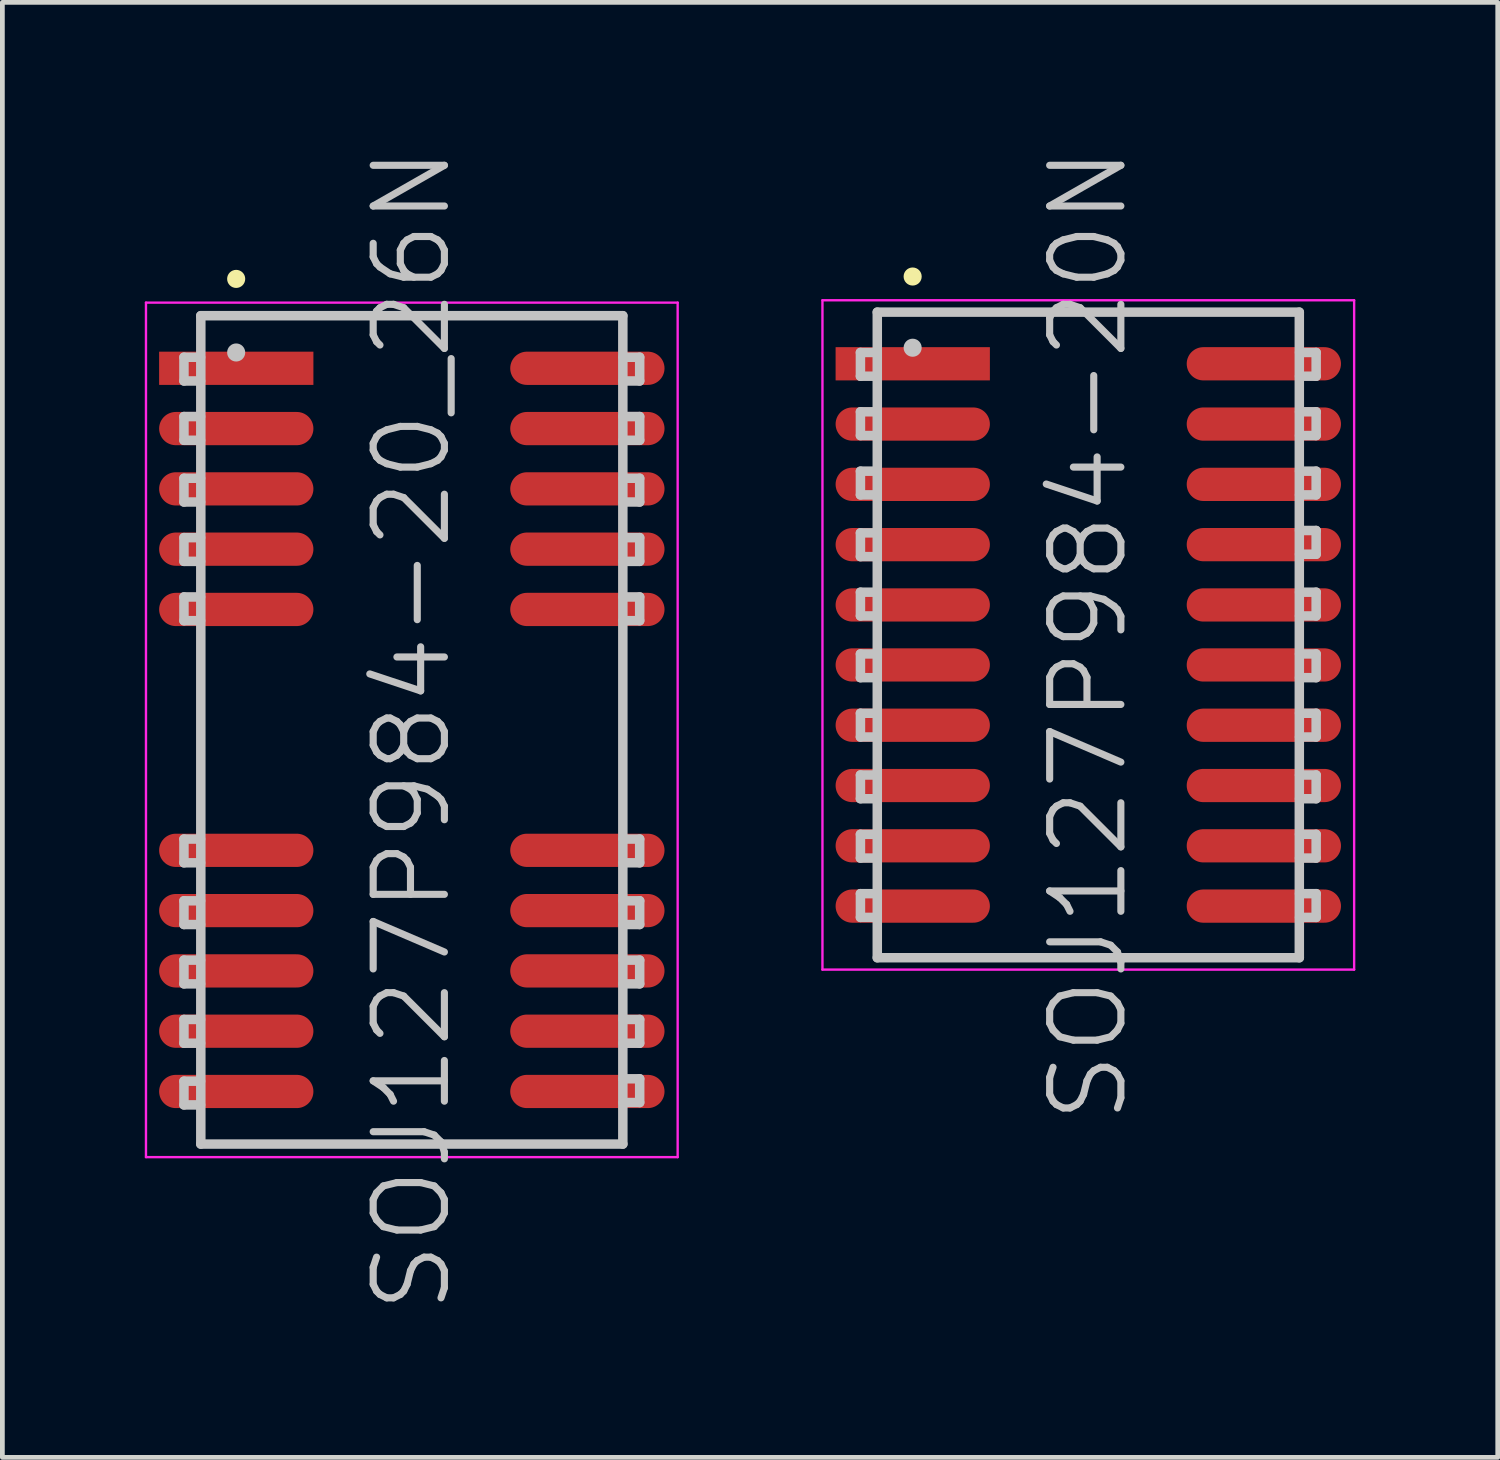
<source format=kicad_pcb>
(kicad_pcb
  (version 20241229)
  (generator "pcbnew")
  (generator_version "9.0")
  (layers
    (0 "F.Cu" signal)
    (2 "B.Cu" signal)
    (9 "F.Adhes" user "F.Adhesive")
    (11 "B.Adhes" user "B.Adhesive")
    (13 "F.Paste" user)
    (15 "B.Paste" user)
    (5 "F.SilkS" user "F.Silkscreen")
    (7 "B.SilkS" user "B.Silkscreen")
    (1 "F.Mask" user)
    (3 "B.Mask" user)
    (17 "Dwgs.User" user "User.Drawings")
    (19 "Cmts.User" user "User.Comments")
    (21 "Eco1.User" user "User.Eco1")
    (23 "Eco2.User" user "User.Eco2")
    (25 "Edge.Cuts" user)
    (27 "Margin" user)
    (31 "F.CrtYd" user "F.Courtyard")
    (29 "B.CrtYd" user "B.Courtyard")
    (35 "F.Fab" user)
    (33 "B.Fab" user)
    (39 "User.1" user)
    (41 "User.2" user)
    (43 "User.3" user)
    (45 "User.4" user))
  (footprint "SOJ127P984-20N"
    (layer "F.Cu")
    (at 19.875 10.325)
    (property "Reference" "SOJ127P984-20N" (at 0 0 90) (layer "Dwgs.User") (effects (font (size 1.5 1.5) (thickness 0.15))))
    (attr smd)
    (fp_line (start -3.7 -7.55) (end -3.7 -7.55) (stroke (width 0.381) (type solid)) (layer "F.SilkS"))
    (fp_line (start -4.8 -5.95) (end -4.8 -5.45) (stroke (width 0.2) (type solid)) (layer "Dwgs.User"))
    (fp_line (start -4.8 -5.45) (end -4.45 -5.45) (stroke (width 0.2) (type solid)) (layer "Dwgs.User"))
    (fp_line (start -4.8 -4.7) (end -4.8 -4.2) (stroke (width 0.2) (type solid)) (layer "Dwgs.User"))
    (fp_line (start -4.8 -4.2) (end -4.45 -4.2) (stroke (width 0.2) (type solid)) (layer "Dwgs.User"))
    (fp_line (start -4.8 -3.45) (end -4.8 -2.95) (stroke (width 0.2) (type solid)) (layer "Dwgs.User"))
    (fp_line (start -4.8 -2.95) (end -4.45 -2.95) (stroke (width 0.2) (type solid)) (layer "Dwgs.User"))
    (fp_line (start -4.8 -2.15) (end -4.8 -1.65) (stroke (width 0.2) (type solid)) (layer "Dwgs.User"))
    (fp_line (start -4.8 -1.65) (end -4.45 -1.65) (stroke (width 0.2) (type solid)) (layer "Dwgs.User"))
    (fp_line (start -4.8 -0.9) (end -4.8 -0.4) (stroke (width 0.2) (type solid)) (layer "Dwgs.User"))
    (fp_line (start -4.8 -0.4) (end -4.45 -0.4) (stroke (width 0.2) (type solid)) (layer "Dwgs.User"))
    (fp_line (start -4.8 0.4) (end -4.8 0.9) (stroke (width 0.2) (type solid)) (layer "Dwgs.User"))
    (fp_line (start -4.8 0.9) (end -4.45 0.9) (stroke (width 0.2) (type solid)) (layer "Dwgs.User"))
    (fp_line (start -4.8 1.65) (end -4.8 2.15) (stroke (width 0.2) (type solid)) (layer "Dwgs.User"))
    (fp_line (start -4.8 2.15) (end -4.45 2.15) (stroke (width 0.2) (type solid)) (layer "Dwgs.User"))
    (fp_line (start -4.8 2.95) (end -4.8 3.45) (stroke (width 0.2) (type solid)) (layer "Dwgs.User"))
    (fp_line (start -4.8 3.45) (end -4.45 3.45) (stroke (width 0.2) (type solid)) (layer "Dwgs.User"))
    (fp_line (start -4.8 4.2) (end -4.8 4.7) (stroke (width 0.2) (type solid)) (layer "Dwgs.User"))
    (fp_line (start -4.8 4.7) (end -4.45 4.7) (stroke (width 0.2) (type solid)) (layer "Dwgs.User"))
    (fp_line (start -4.8 5.45) (end -4.8 5.95) (stroke (width 0.2) (type solid)) (layer "Dwgs.User"))
    (fp_line (start -4.8 5.95) (end -4.45 5.95) (stroke (width 0.2) (type solid)) (layer "Dwgs.User"))
    (fp_line (start -4.45 -5.95) (end -4.8 -5.95) (stroke (width 0.2) (type solid)) (layer "Dwgs.User"))
    (fp_line (start -4.45 -4.7) (end -4.8 -4.7) (stroke (width 0.2) (type solid)) (layer "Dwgs.User"))
    (fp_line (start -4.45 -3.45) (end -4.8 -3.45) (stroke (width 0.2) (type solid)) (layer "Dwgs.User"))
    (fp_line (start -4.45 -2.15) (end -4.8 -2.15) (stroke (width 0.2) (type solid)) (layer "Dwgs.User"))
    (fp_line (start -4.45 -0.9) (end -4.8 -0.9) (stroke (width 0.2) (type solid)) (layer "Dwgs.User"))
    (fp_line (start -4.45 0.4) (end -4.8 0.4) (stroke (width 0.2) (type solid)) (layer "Dwgs.User"))
    (fp_line (start -4.45 1.65) (end -4.8 1.65) (stroke (width 0.2) (type solid)) (layer "Dwgs.User"))
    (fp_line (start -4.45 2.95) (end -4.8 2.95) (stroke (width 0.2) (type solid)) (layer "Dwgs.User"))
    (fp_line (start -4.45 4.2) (end -4.8 4.2) (stroke (width 0.2) (type solid)) (layer "Dwgs.User"))
    (fp_line (start -4.45 5.45) (end -4.8 5.45) (stroke (width 0.2) (type solid)) (layer "Dwgs.User"))
    (fp_line (start -4.445 -6.8) (end -4.445 6.8) (stroke (width 0.2) (type solid)) (layer "Dwgs.User"))
    (fp_line (start -4.445 -6.8) (end 4.445 -6.8) (stroke (width 0.2) (type solid)) (layer "Dwgs.User"))
    (fp_line (start -4.445 6.8) (end 4.445 6.8) (stroke (width 0.2) (type solid)) (layer "Dwgs.User"))
    (fp_line (start -3.7 -6.05) (end -3.7 -6.05) (stroke (width 0.381) (type solid)) (layer "Dwgs.User"))
    (fp_line (start 4.445 -6.8) (end 4.445 6.8) (stroke (width 0.2) (type solid)) (layer "Dwgs.User"))
    (fp_line (start 4.45 -5.95) (end 4.8 -5.95) (stroke (width 0.2) (type solid)) (layer "Dwgs.User"))
    (fp_line (start 4.45 -4.7) (end 4.8 -4.7) (stroke (width 0.2) (type solid)) (layer "Dwgs.User"))
    (fp_line (start 4.45 -3.45) (end 4.8 -3.45) (stroke (width 0.2) (type solid)) (layer "Dwgs.User"))
    (fp_line (start 4.45 -2.2) (end 4.8 -2.2) (stroke (width 0.2) (type solid)) (layer "Dwgs.User"))
    (fp_line (start 4.45 -0.9) (end 4.8 -0.9) (stroke (width 0.2) (type solid)) (layer "Dwgs.User"))
    (fp_line (start 4.45 0.4) (end 4.8 0.4) (stroke (width 0.2) (type solid)) (layer "Dwgs.User"))
    (fp_line (start 4.45 1.65) (end 4.8 1.65) (stroke (width 0.2) (type solid)) (layer "Dwgs.User"))
    (fp_line (start 4.45 2.95) (end 4.8 2.95) (stroke (width 0.2) (type solid)) (layer "Dwgs.User"))
    (fp_line (start 4.45 4.2) (end 4.8 4.2) (stroke (width 0.2) (type solid)) (layer "Dwgs.User"))
    (fp_line (start 4.45 5.45) (end 4.8 5.45) (stroke (width 0.2) (type solid)) (layer "Dwgs.User"))
    (fp_line (start 4.8 -5.95) (end 4.8 -5.45) (stroke (width 0.2) (type solid)) (layer "Dwgs.User"))
    (fp_line (start 4.8 -5.45) (end 4.45 -5.45) (stroke (width 0.2) (type solid)) (layer "Dwgs.User"))
    (fp_line (start 4.8 -4.7) (end 4.8 -4.2) (stroke (width 0.2) (type solid)) (layer "Dwgs.User"))
    (fp_line (start 4.8 -4.2) (end 4.45 -4.2) (stroke (width 0.2) (type solid)) (layer "Dwgs.User"))
    (fp_line (start 4.8 -3.45) (end 4.8 -2.95) (stroke (width 0.2) (type solid)) (layer "Dwgs.User"))
    (fp_line (start 4.8 -2.95) (end 4.45 -2.95) (stroke (width 0.2) (type solid)) (layer "Dwgs.User"))
    (fp_line (start 4.8 -2.2) (end 4.8 -1.7) (stroke (width 0.2) (type solid)) (layer "Dwgs.User"))
    (fp_line (start 4.8 -1.7) (end 4.45 -1.7) (stroke (width 0.2) (type solid)) (layer "Dwgs.User"))
    (fp_line (start 4.8 -0.9) (end 4.8 -0.4) (stroke (width 0.2) (type solid)) (layer "Dwgs.User"))
    (fp_line (start 4.8 -0.4) (end 4.45 -0.4) (stroke (width 0.2) (type solid)) (layer "Dwgs.User"))
    (fp_line (start 4.8 0.4) (end 4.8 0.9) (stroke (width 0.2) (type solid)) (layer "Dwgs.User"))
    (fp_line (start 4.8 0.9) (end 4.45 0.9) (stroke (width 0.2) (type solid)) (layer "Dwgs.User"))
    (fp_line (start 4.8 1.65) (end 4.8 2.15) (stroke (width 0.2) (type solid)) (layer "Dwgs.User"))
    (fp_line (start 4.8 2.15) (end 4.45 2.15) (stroke (width 0.2) (type solid)) (layer "Dwgs.User"))
    (fp_line (start 4.8 2.95) (end 4.8 3.45) (stroke (width 0.2) (type solid)) (layer "Dwgs.User"))
    (fp_line (start 4.8 3.45) (end 4.45 3.45) (stroke (width 0.2) (type solid)) (layer "Dwgs.User"))
    (fp_line (start 4.8 4.2) (end 4.8 4.7) (stroke (width 0.2) (type solid)) (layer "Dwgs.User"))
    (fp_line (start 4.8 4.7) (end 4.45 4.7) (stroke (width 0.2) (type solid)) (layer "Dwgs.User"))
    (fp_line (start 4.8 5.45) (end 4.8 5.95) (stroke (width 0.2) (type solid)) (layer "Dwgs.User"))
    (fp_line (start 4.8 5.95) (end 4.45 5.95) (stroke (width 0.2) (type solid)) (layer "Dwgs.User"))
    (fp_line (start -5.6 -7.05) (end -5.6 7.05) (stroke (width 0.05) (type solid)) (layer "F.CrtYd"))
    (fp_line (start -5.6 -7.05) (end 5.6 -7.05) (stroke (width 0.05) (type solid)) (layer "F.CrtYd"))
    (fp_line (start -5.6 7.05) (end 5.6 7.05) (stroke (width 0.05) (type solid)) (layer "F.CrtYd"))
    (fp_line (start 5.6 -7.05) (end 5.6 7.05) (stroke (width 0.05) (type solid)) (layer "F.CrtYd"))
    (pad "1" smd rect (at -3.698 -5.712 90) (size 0.7 3.25) (layers "F.Cu" "F.Mask" "F.Paste"))
    (pad "2" smd oval (at -3.698 -4.442 90) (size 0.7 3.25) (layers "F.Cu" "F.Mask" "F.Paste"))
    (pad "3" smd oval (at -3.698 -3.172 90) (size 0.7 3.25) (layers "F.Cu" "F.Mask" "F.Paste"))
    (pad "4" smd oval (at -3.698 -1.902 90) (size 0.7 3.25) (layers "F.Cu" "F.Mask" "F.Paste"))
    (pad "5" smd oval (at -3.698 -0.632 90) (size 0.7 3.25) (layers "F.Cu" "F.Mask" "F.Paste"))
    (pad "6" smd oval (at -3.698 0.632 90) (size 0.7 3.25) (layers "F.Cu" "F.Mask" "F.Paste"))
    (pad "7" smd oval (at -3.698 1.902 90) (size 0.7 3.25) (layers "F.Cu" "F.Mask" "F.Paste"))
    (pad "8" smd oval (at -3.698 3.172 90) (size 0.7 3.25) (layers "F.Cu" "F.Mask" "F.Paste"))
    (pad "9" smd oval (at -3.698 4.442 90) (size 0.7 3.25) (layers "F.Cu" "F.Mask" "F.Paste"))
    (pad "10" smd oval (at -3.698 5.712 90) (size 0.7 3.25) (layers "F.Cu" "F.Mask" "F.Paste"))
    (pad "11" smd oval (at 3.698 5.712 270) (size 0.7 3.25) (layers "F.Cu" "F.Mask" "F.Paste"))
    (pad "12" smd oval (at 3.698 4.442 270) (size 0.7 3.25) (layers "F.Cu" "F.Mask" "F.Paste"))
    (pad "13" smd oval (at 3.698 3.172 270) (size 0.7 3.25) (layers "F.Cu" "F.Mask" "F.Paste"))
    (pad "14" smd oval (at 3.698 1.902 270) (size 0.7 3.25) (layers "F.Cu" "F.Mask" "F.Paste"))
    (pad "15" smd oval (at 3.698 0.632 270) (size 0.7 3.25) (layers "F.Cu" "F.Mask" "F.Paste"))
    (pad "16" smd oval (at 3.698 -0.632 270) (size 0.7 3.25) (layers "F.Cu" "F.Mask" "F.Paste"))
    (pad "17" smd oval (at 3.698 -1.902 270) (size 0.7 3.25) (layers "F.Cu" "F.Mask" "F.Paste"))
    (pad "18" smd oval (at 3.698 -3.172 270) (size 0.7 3.25) (layers "F.Cu" "F.Mask" "F.Paste"))
    (pad "19" smd oval (at 3.698 -4.442 270) (size 0.7 3.25) (layers "F.Cu" "F.Mask" "F.Paste"))
    (pad "20" smd oval (at 3.698 -5.712 270) (size 0.7 3.25) (layers "F.Cu" "F.Mask" "F.Paste")))
  (footprint "SOJ127P984-20_26N"
    (layer "F.Cu")
    (at 5.625 12.325)
    (property "Reference" "SOJ127P984-20_26N" (at 0 0 90) (layer "Dwgs.User") (effects (font (size 1.5 1.5) (thickness 0.15))))
    (attr smd)
    (fp_line (start -3.7 -9.5) (end -3.7 -9.5) (stroke (width 0.381) (type solid)) (layer "F.SilkS"))
    (fp_line (start -4.8 -7.85) (end -4.8 -7.35) (stroke (width 0.2) (type solid)) (layer "Dwgs.User"))
    (fp_line (start -4.8 -7.35) (end -4.45 -7.35) (stroke (width 0.2) (type solid)) (layer "Dwgs.User"))
    (fp_line (start -4.8 -6.6) (end -4.8 -6.1) (stroke (width 0.2) (type solid)) (layer "Dwgs.User"))
    (fp_line (start -4.8 -6.1) (end -4.45 -6.1) (stroke (width 0.2) (type solid)) (layer "Dwgs.User"))
    (fp_line (start -4.8 -5.3) (end -4.8 -4.8) (stroke (width 0.2) (type solid)) (layer "Dwgs.User"))
    (fp_line (start -4.8 -4.8) (end -4.45 -4.8) (stroke (width 0.2) (type solid)) (layer "Dwgs.User"))
    (fp_line (start -4.8 -4.05) (end -4.8 -3.55) (stroke (width 0.2) (type solid)) (layer "Dwgs.User"))
    (fp_line (start -4.8 -3.55) (end -4.45 -3.55) (stroke (width 0.2) (type solid)) (layer "Dwgs.User"))
    (fp_line (start -4.8 -2.8) (end -4.8 -2.3) (stroke (width 0.2) (type solid)) (layer "Dwgs.User"))
    (fp_line (start -4.8 -2.3) (end -4.45 -2.3) (stroke (width 0.2) (type solid)) (layer "Dwgs.User"))
    (fp_line (start -4.8 2.3) (end -4.8 2.8) (stroke (width 0.2) (type solid)) (layer "Dwgs.User"))
    (fp_line (start -4.8 2.8) (end -4.45 2.8) (stroke (width 0.2) (type solid)) (layer "Dwgs.User"))
    (fp_line (start -4.8 3.6) (end -4.8 4.1) (stroke (width 0.2) (type solid)) (layer "Dwgs.User"))
    (fp_line (start -4.8 4.1) (end -4.45 4.1) (stroke (width 0.2) (type solid)) (layer "Dwgs.User"))
    (fp_line (start -4.8 4.85) (end -4.8 5.35) (stroke (width 0.2) (type solid)) (layer "Dwgs.User"))
    (fp_line (start -4.8 5.35) (end -4.45 5.35) (stroke (width 0.2) (type solid)) (layer "Dwgs.User"))
    (fp_line (start -4.8 6.1) (end -4.8 6.6) (stroke (width 0.2) (type solid)) (layer "Dwgs.User"))
    (fp_line (start -4.8 6.6) (end -4.45 6.6) (stroke (width 0.2) (type solid)) (layer "Dwgs.User"))
    (fp_line (start -4.8 7.4) (end -4.8 7.9) (stroke (width 0.2) (type solid)) (layer "Dwgs.User"))
    (fp_line (start -4.8 7.9) (end -4.45 7.9) (stroke (width 0.2) (type solid)) (layer "Dwgs.User"))
    (fp_line (start -4.45 -7.85) (end -4.8 -7.85) (stroke (width 0.2) (type solid)) (layer "Dwgs.User"))
    (fp_line (start -4.45 -6.6) (end -4.8 -6.6) (stroke (width 0.2) (type solid)) (layer "Dwgs.User"))
    (fp_line (start -4.45 -5.3) (end -4.8 -5.3) (stroke (width 0.2) (type solid)) (layer "Dwgs.User"))
    (fp_line (start -4.45 -4.05) (end -4.8 -4.05) (stroke (width 0.2) (type solid)) (layer "Dwgs.User"))
    (fp_line (start -4.45 -2.8) (end -4.8 -2.8) (stroke (width 0.2) (type solid)) (layer "Dwgs.User"))
    (fp_line (start -4.45 2.3) (end -4.8 2.3) (stroke (width 0.2) (type solid)) (layer "Dwgs.User"))
    (fp_line (start -4.45 3.6) (end -4.8 3.6) (stroke (width 0.2) (type solid)) (layer "Dwgs.User"))
    (fp_line (start -4.45 4.85) (end -4.8 4.85) (stroke (width 0.2) (type solid)) (layer "Dwgs.User"))
    (fp_line (start -4.45 6.1) (end -4.8 6.1) (stroke (width 0.2) (type solid)) (layer "Dwgs.User"))
    (fp_line (start -4.45 7.4) (end -4.8 7.4) (stroke (width 0.2) (type solid)) (layer "Dwgs.User"))
    (fp_line (start -4.445 -8.725) (end -4.445 8.725) (stroke (width 0.2) (type solid)) (layer "Dwgs.User"))
    (fp_line (start -4.445 -8.725) (end 4.445 -8.725) (stroke (width 0.2) (type solid)) (layer "Dwgs.User"))
    (fp_line (start -4.445 8.725) (end 4.445 8.725) (stroke (width 0.2) (type solid)) (layer "Dwgs.User"))
    (fp_line (start -3.7 -7.95) (end -3.7 -7.95) (stroke (width 0.381) (type solid)) (layer "Dwgs.User"))
    (fp_line (start 4.445 -8.725) (end 4.445 8.725) (stroke (width 0.2) (type solid)) (layer "Dwgs.User"))
    (fp_line (start 4.45 -7.85) (end 4.8 -7.85) (stroke (width 0.2) (type solid)) (layer "Dwgs.User"))
    (fp_line (start 4.45 -6.6) (end 4.8 -6.6) (stroke (width 0.2) (type solid)) (layer "Dwgs.User"))
    (fp_line (start 4.45 -5.3) (end 4.8 -5.3) (stroke (width 0.2) (type solid)) (layer "Dwgs.User"))
    (fp_line (start 4.45 -4.05) (end 4.8 -4.05) (stroke (width 0.2) (type solid)) (layer "Dwgs.User"))
    (fp_line (start 4.45 -2.8) (end 4.8 -2.8) (stroke (width 0.2) (type solid)) (layer "Dwgs.User"))
    (fp_line (start 4.45 2.3) (end 4.8 2.3) (stroke (width 0.2) (type solid)) (layer "Dwgs.User"))
    (fp_line (start 4.45 3.6) (end 4.8 3.6) (stroke (width 0.2) (type solid)) (layer "Dwgs.User"))
    (fp_line (start 4.45 4.85) (end 4.8 4.85) (stroke (width 0.2) (type solid)) (layer "Dwgs.User"))
    (fp_line (start 4.45 6.1) (end 4.8 6.1) (stroke (width 0.2) (type solid)) (layer "Dwgs.User"))
    (fp_line (start 4.45 7.35) (end 4.8 7.35) (stroke (width 0.2) (type solid)) (layer "Dwgs.User"))
    (fp_line (start 4.8 -7.85) (end 4.8 -7.35) (stroke (width 0.2) (type solid)) (layer "Dwgs.User"))
    (fp_line (start 4.8 -7.35) (end 4.45 -7.35) (stroke (width 0.2) (type solid)) (layer "Dwgs.User"))
    (fp_line (start 4.8 -6.6) (end 4.8 -6.1) (stroke (width 0.2) (type solid)) (layer "Dwgs.User"))
    (fp_line (start 4.8 -6.1) (end 4.45 -6.1) (stroke (width 0.2) (type solid)) (layer "Dwgs.User"))
    (fp_line (start 4.8 -5.3) (end 4.8 -4.8) (stroke (width 0.2) (type solid)) (layer "Dwgs.User"))
    (fp_line (start 4.8 -4.8) (end 4.45 -4.8) (stroke (width 0.2) (type solid)) (layer "Dwgs.User"))
    (fp_line (start 4.8 -4.05) (end 4.8 -3.55) (stroke (width 0.2) (type solid)) (layer "Dwgs.User"))
    (fp_line (start 4.8 -3.55) (end 4.45 -3.55) (stroke (width 0.2) (type solid)) (layer "Dwgs.User"))
    (fp_line (start 4.8 -2.8) (end 4.8 -2.3) (stroke (width 0.2) (type solid)) (layer "Dwgs.User"))
    (fp_line (start 4.8 -2.3) (end 4.45 -2.3) (stroke (width 0.2) (type solid)) (layer "Dwgs.User"))
    (fp_line (start 4.8 2.3) (end 4.8 2.8) (stroke (width 0.2) (type solid)) (layer "Dwgs.User"))
    (fp_line (start 4.8 2.8) (end 4.45 2.8) (stroke (width 0.2) (type solid)) (layer "Dwgs.User"))
    (fp_line (start 4.8 3.6) (end 4.8 4.1) (stroke (width 0.2) (type solid)) (layer "Dwgs.User"))
    (fp_line (start 4.8 4.1) (end 4.45 4.1) (stroke (width 0.2) (type solid)) (layer "Dwgs.User"))
    (fp_line (start 4.8 4.85) (end 4.8 5.35) (stroke (width 0.2) (type solid)) (layer "Dwgs.User"))
    (fp_line (start 4.8 5.35) (end 4.45 5.35) (stroke (width 0.2) (type solid)) (layer "Dwgs.User"))
    (fp_line (start 4.8 6.1) (end 4.8 6.6) (stroke (width 0.2) (type solid)) (layer "Dwgs.User"))
    (fp_line (start 4.8 6.6) (end 4.45 6.6) (stroke (width 0.2) (type solid)) (layer "Dwgs.User"))
    (fp_line (start 4.8 7.35) (end 4.8 7.85) (stroke (width 0.2) (type solid)) (layer "Dwgs.User"))
    (fp_line (start 4.8 7.85) (end 4.45 7.85) (stroke (width 0.2) (type solid)) (layer "Dwgs.User"))
    (fp_line (start -5.6 -9) (end -5.6 9) (stroke (width 0.05) (type solid)) (layer "F.CrtYd"))
    (fp_line (start -5.6 -9) (end 5.6 -9) (stroke (width 0.05) (type solid)) (layer "F.CrtYd"))
    (fp_line (start -5.6 9) (end 5.6 9) (stroke (width 0.05) (type solid)) (layer "F.CrtYd"))
    (fp_line (start 5.6 -9) (end 5.6 9) (stroke (width 0.05) (type solid)) (layer "F.CrtYd"))
    (pad "1" smd rect (at -3.698 -7.617 90) (size 0.7 3.25) (layers "F.Cu" "F.Mask" "F.Paste"))
    (pad "2" smd oval (at -3.698 -6.347 90) (size 0.7 3.25) (layers "F.Cu" "F.Mask" "F.Paste"))
    (pad "3" smd oval (at -3.698 -5.077 90) (size 0.7 3.25) (layers "F.Cu" "F.Mask" "F.Paste"))
    (pad "4" smd oval (at -3.698 -3.807 90) (size 0.7 3.25) (layers "F.Cu" "F.Mask" "F.Paste"))
    (pad "5" smd oval (at -3.698 -2.537 90) (size 0.7 3.25) (layers "F.Cu" "F.Mask" "F.Paste"))
    (pad "6" smd oval (at -3.698 2.537 90) (size 0.7 3.25) (layers "F.Cu" "F.Mask" "F.Paste"))
    (pad "7" smd oval (at -3.698 3.807 90) (size 0.7 3.25) (layers "F.Cu" "F.Mask" "F.Paste"))
    (pad "8" smd oval (at -3.698 5.077 90) (size 0.7 3.25) (layers "F.Cu" "F.Mask" "F.Paste"))
    (pad "9" smd oval (at -3.698 6.347 90) (size 0.7 3.25) (layers "F.Cu" "F.Mask" "F.Paste"))
    (pad "10" smd oval (at -3.698 7.617 90) (size 0.7 3.25) (layers "F.Cu" "F.Mask" "F.Paste"))
    (pad "11" smd oval (at 3.698 7.617 270) (size 0.7 3.25) (layers "F.Cu" "F.Mask" "F.Paste"))
    (pad "12" smd oval (at 3.698 6.347 270) (size 0.7 3.25) (layers "F.Cu" "F.Mask" "F.Paste"))
    (pad "13" smd oval (at 3.698 5.077 270) (size 0.7 3.25) (layers "F.Cu" "F.Mask" "F.Paste"))
    (pad "14" smd oval (at 3.698 3.807 270) (size 0.7 3.25) (layers "F.Cu" "F.Mask" "F.Paste"))
    (pad "15" smd oval (at 3.698 2.537 270) (size 0.7 3.25) (layers "F.Cu" "F.Mask" "F.Paste"))
    (pad "16" smd oval (at 3.698 -2.537 270) (size 0.7 3.25) (layers "F.Cu" "F.Mask" "F.Paste"))
    (pad "17" smd oval (at 3.698 -3.807 270) (size 0.7 3.25) (layers "F.Cu" "F.Mask" "F.Paste"))
    (pad "18" smd oval (at 3.698 -5.077 270) (size 0.7 3.25) (layers "F.Cu" "F.Mask" "F.Paste"))
    (pad "19" smd oval (at 3.698 -6.347 270) (size 0.7 3.25) (layers "F.Cu" "F.Mask" "F.Paste"))
    (pad "20" smd oval (at 3.698 -7.617 270) (size 0.7 3.25) (layers "F.Cu" "F.Mask" "F.Paste")))
  (gr_rect
    (start -3 -3)
    (end 28.5 27.65)
    (stroke (width 0.1) (type default))
    (fill no)
    (layer "Edge.Cuts")))
</source>
